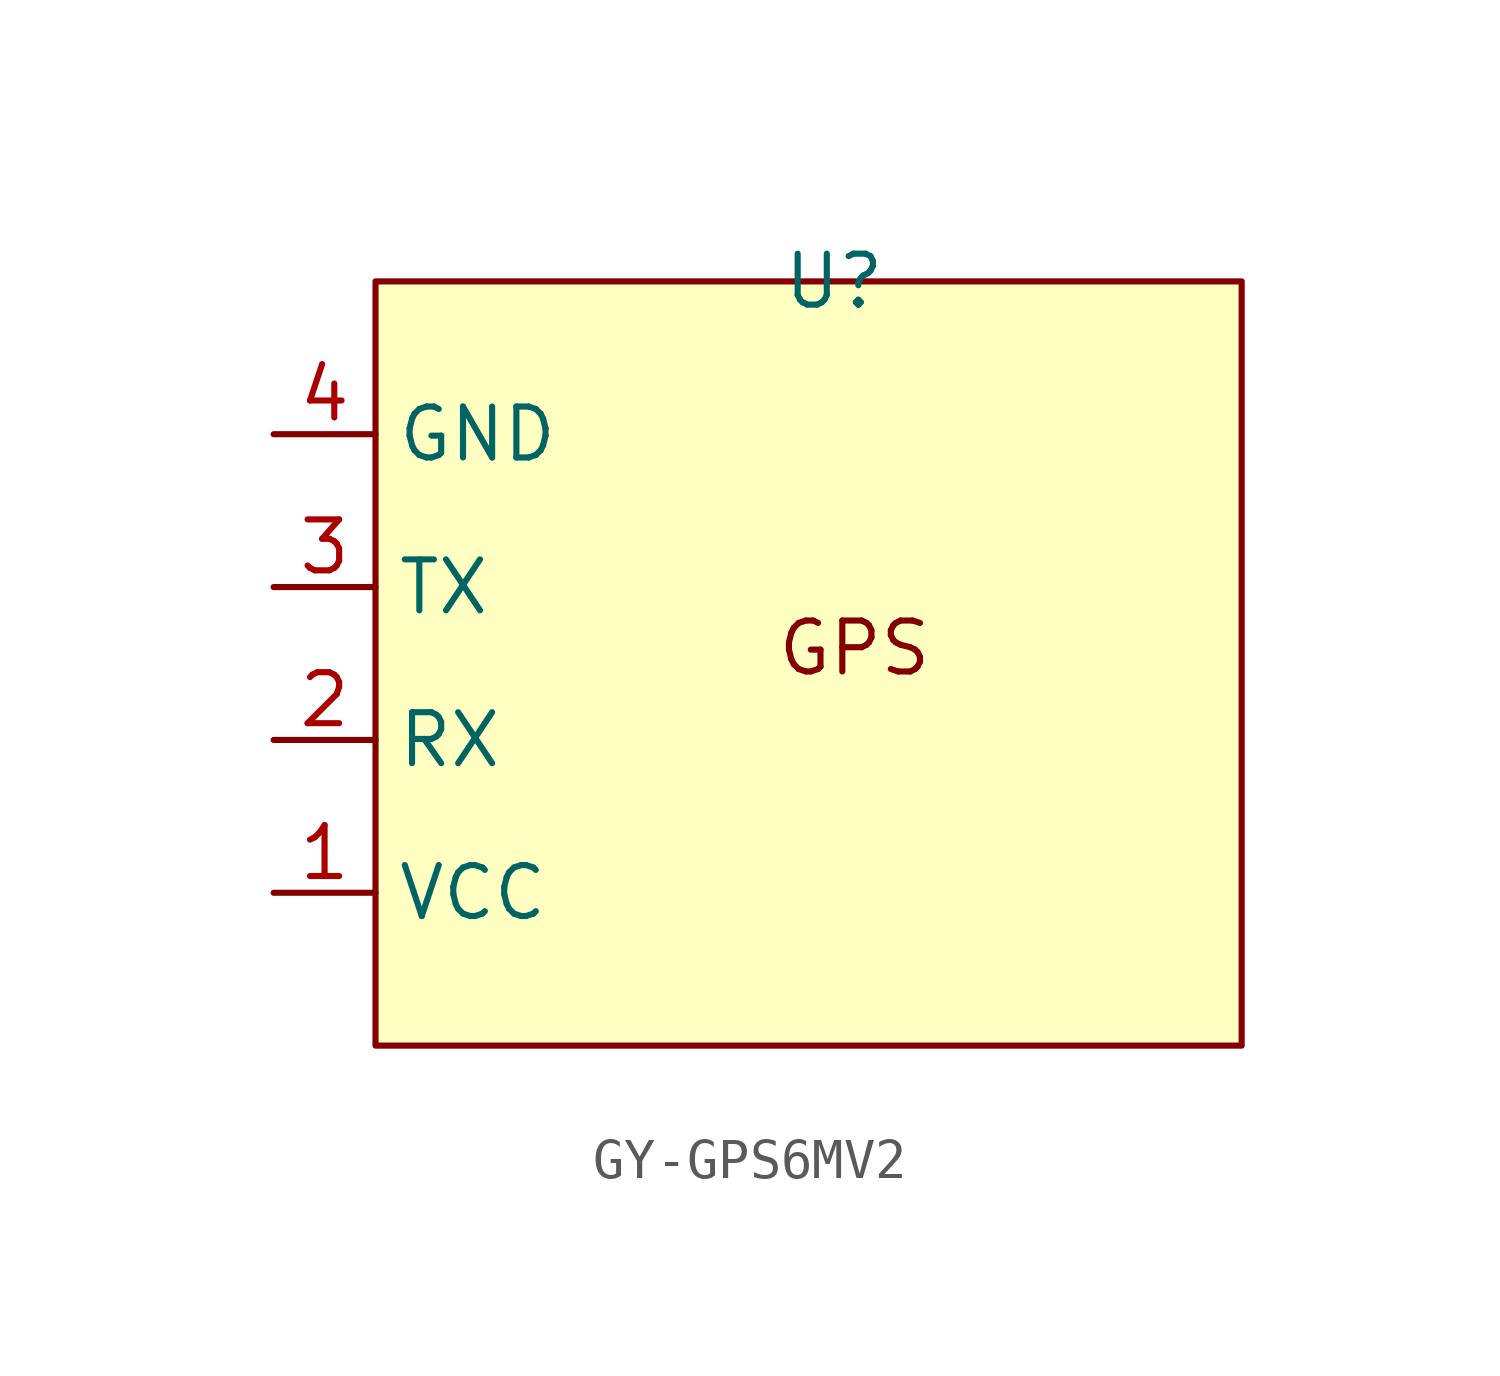
<source format=kicad_sym>
(kicad_symbol_lib
  (version 20231120)
  (generator "kicad_symbol_editor")
  (generator_version "8.0")
  (symbol "GY-GPS6MV2"
    (property "Reference" "U"
      (at 0 0 0)
      (effects (font (size 1.27 1.27))))
    (property "Value" ""
      (at 0 0 0)
      (effects (font (size 1.27 1.27))))
    (symbol "GY-GPS6MV2_1_1"
      (rectangle (start -11.43 0) (end 10.16 -19.05) (stroke (width 0) (type default)) (fill (type background)))
      (text "GPS" (at 0.508 -9.144 0) (effects (font (size 1.27 1.27))))
      (pin power_in line (at -13.97 -15.24 0) (length 2.54) (name "VCC" (effects (font (size 1.27 1.27)))) (number "1" (effects (font (size 1.27 1.27)))))
      (pin output line (at -13.97 -11.43 0) (length 2.54) (name "RX" (effects (font (size 1.27 1.27)))) (number "2" (effects (font (size 1.27 1.27)))))
      (pin output line (at -13.97 -7.62 0) (length 2.54) (name "TX" (effects (font (size 1.27 1.27)))) (number "3" (effects (font (size 1.27 1.27)))))
      (pin power_in line (at -13.97 -3.81 0) (length 2.54) (name "GND" (effects (font (size 1.27 1.27)))) (number "4" (effects (font (size 1.27 1.27))))))))
</source>
